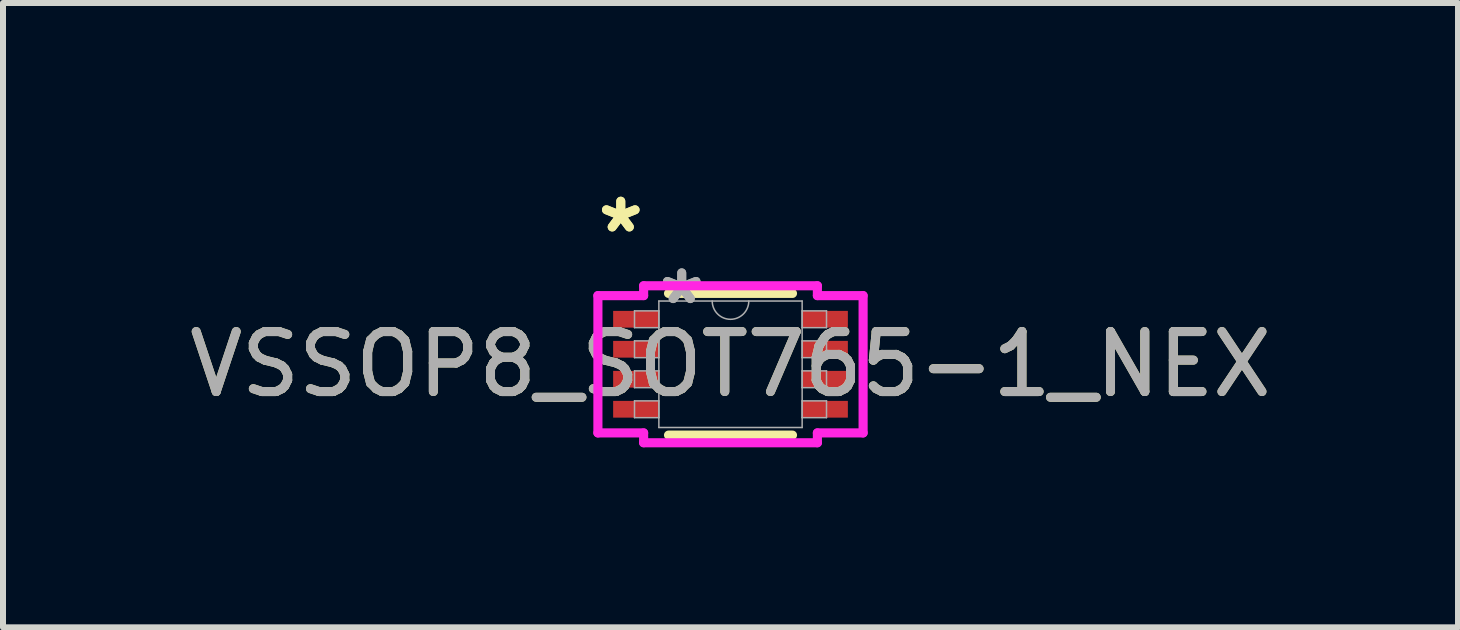
<source format=kicad_pcb>
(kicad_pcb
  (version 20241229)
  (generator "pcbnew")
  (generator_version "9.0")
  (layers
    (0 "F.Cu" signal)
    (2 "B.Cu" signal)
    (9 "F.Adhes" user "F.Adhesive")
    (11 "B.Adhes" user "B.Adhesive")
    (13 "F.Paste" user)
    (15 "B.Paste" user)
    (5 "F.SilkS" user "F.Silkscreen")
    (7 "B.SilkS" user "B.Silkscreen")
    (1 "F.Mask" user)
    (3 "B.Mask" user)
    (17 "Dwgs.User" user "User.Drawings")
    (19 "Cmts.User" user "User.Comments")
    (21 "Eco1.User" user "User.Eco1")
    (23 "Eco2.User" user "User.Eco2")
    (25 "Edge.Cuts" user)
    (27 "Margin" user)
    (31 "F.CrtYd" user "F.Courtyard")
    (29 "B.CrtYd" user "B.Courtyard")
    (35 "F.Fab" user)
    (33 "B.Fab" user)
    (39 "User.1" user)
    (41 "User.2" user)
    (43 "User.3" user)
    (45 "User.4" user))
  (footprint "VSSOP8_SOT765-1_NEX"
    (layer "F.Cu")
    (at 9.125 3.021)
    (property "Reference" "VSSOP8_SOT765-1_NEX" (at 0 0 0) (unlocked yes) (layer "F.SilkS") (effects (font (size 1 1) (thickness 0.15))))
    (attr smd)
    (fp_line (start -1.033 1.181) (end 1.033 1.181) (stroke (width 0.152) (type solid)) (layer "F.SilkS"))
    (fp_line (start 1.033 -1.181) (end -1.033 -1.181) (stroke (width 0.152) (type solid)) (layer "F.SilkS"))
    (fp_line (start -2.21 -1.144) (end -1.448 -1.144) (stroke (width 0.152) (type solid)) (layer "F.CrtYd"))
    (fp_line (start -2.21 1.144) (end -2.21 -1.144) (stroke (width 0.152) (type solid)) (layer "F.CrtYd"))
    (fp_line (start -2.21 1.144) (end -1.448 1.144) (stroke (width 0.152) (type solid)) (layer "F.CrtYd"))
    (fp_line (start -1.448 -1.308) (end 1.448 -1.308) (stroke (width 0.152) (type solid)) (layer "F.CrtYd"))
    (fp_line (start -1.448 -1.144) (end -1.448 -1.308) (stroke (width 0.152) (type solid)) (layer "F.CrtYd"))
    (fp_line (start -1.448 1.308) (end -1.448 1.144) (stroke (width 0.152) (type solid)) (layer "F.CrtYd"))
    (fp_line (start 1.448 -1.308) (end 1.448 -1.144) (stroke (width 0.152) (type solid)) (layer "F.CrtYd"))
    (fp_line (start 1.448 1.144) (end 1.448 1.308) (stroke (width 0.152) (type solid)) (layer "F.CrtYd"))
    (fp_line (start 1.448 1.308) (end -1.448 1.308) (stroke (width 0.152) (type solid)) (layer "F.CrtYd"))
    (fp_line (start 2.21 -1.144) (end 1.448 -1.144) (stroke (width 0.152) (type solid)) (layer "F.CrtYd"))
    (fp_line (start 2.21 -1.144) (end 2.21 1.144) (stroke (width 0.152) (type solid)) (layer "F.CrtYd"))
    (fp_line (start 2.21 1.144) (end 1.448 1.144) (stroke (width 0.152) (type solid)) (layer "F.CrtYd"))
    (fp_line (start -1.6 -0.89) (end -1.6 -0.61) (stroke (width 0.025) (type solid)) (layer "F.Fab"))
    (fp_line (start -1.6 -0.61) (end -1.194 -0.61) (stroke (width 0.025) (type solid)) (layer "F.Fab"))
    (fp_line (start -1.6 -0.39) (end -1.6 -0.11) (stroke (width 0.025) (type solid)) (layer "F.Fab"))
    (fp_line (start -1.6 -0.11) (end -1.194 -0.11) (stroke (width 0.025) (type solid)) (layer "F.Fab"))
    (fp_line (start -1.6 0.11) (end -1.6 0.39) (stroke (width 0.025) (type solid)) (layer "F.Fab"))
    (fp_line (start -1.6 0.39) (end -1.194 0.39) (stroke (width 0.025) (type solid)) (layer "F.Fab"))
    (fp_line (start -1.6 0.61) (end -1.6 0.89) (stroke (width 0.025) (type solid)) (layer "F.Fab"))
    (fp_line (start -1.6 0.89) (end -1.194 0.89) (stroke (width 0.025) (type solid)) (layer "F.Fab"))
    (fp_line (start -1.194 -1.054) (end -1.194 1.054) (stroke (width 0.025) (type solid)) (layer "F.Fab"))
    (fp_line (start -1.194 -0.89) (end -1.6 -0.89) (stroke (width 0.025) (type solid)) (layer "F.Fab"))
    (fp_line (start -1.194 -0.61) (end -1.194 -0.89) (stroke (width 0.025) (type solid)) (layer "F.Fab"))
    (fp_line (start -1.194 -0.39) (end -1.6 -0.39) (stroke (width 0.025) (type solid)) (layer "F.Fab"))
    (fp_line (start -1.194 -0.11) (end -1.194 -0.39) (stroke (width 0.025) (type solid)) (layer "F.Fab"))
    (fp_line (start -1.194 0.11) (end -1.6 0.11) (stroke (width 0.025) (type solid)) (layer "F.Fab"))
    (fp_line (start -1.194 0.39) (end -1.194 0.11) (stroke (width 0.025) (type solid)) (layer "F.Fab"))
    (fp_line (start -1.194 0.61) (end -1.6 0.61) (stroke (width 0.025) (type solid)) (layer "F.Fab"))
    (fp_line (start -1.194 0.89) (end -1.194 0.61) (stroke (width 0.025) (type solid)) (layer "F.Fab"))
    (fp_line (start -1.194 1.054) (end 1.194 1.054) (stroke (width 0.025) (type solid)) (layer "F.Fab"))
    (fp_line (start 1.194 -1.054) (end -1.194 -1.054) (stroke (width 0.025) (type solid)) (layer "F.Fab"))
    (fp_line (start 1.194 -0.89) (end 1.194 -0.61) (stroke (width 0.025) (type solid)) (layer "F.Fab"))
    (fp_line (start 1.194 -0.61) (end 1.6 -0.61) (stroke (width 0.025) (type solid)) (layer "F.Fab"))
    (fp_line (start 1.194 -0.39) (end 1.194 -0.11) (stroke (width 0.025) (type solid)) (layer "F.Fab"))
    (fp_line (start 1.194 -0.11) (end 1.6 -0.11) (stroke (width 0.025) (type solid)) (layer "F.Fab"))
    (fp_line (start 1.194 0.11) (end 1.194 0.39) (stroke (width 0.025) (type solid)) (layer "F.Fab"))
    (fp_line (start 1.194 0.39) (end 1.6 0.39) (stroke (width 0.025) (type solid)) (layer "F.Fab"))
    (fp_line (start 1.194 0.61) (end 1.194 0.89) (stroke (width 0.025) (type solid)) (layer "F.Fab"))
    (fp_line (start 1.194 0.89) (end 1.6 0.89) (stroke (width 0.025) (type solid)) (layer "F.Fab"))
    (fp_line (start 1.194 1.054) (end 1.194 -1.054) (stroke (width 0.025) (type solid)) (layer "F.Fab"))
    (fp_line (start 1.6 -0.89) (end 1.194 -0.89) (stroke (width 0.025) (type solid)) (layer "F.Fab"))
    (fp_line (start 1.6 -0.61) (end 1.6 -0.89) (stroke (width 0.025) (type solid)) (layer "F.Fab"))
    (fp_line (start 1.6 -0.39) (end 1.194 -0.39) (stroke (width 0.025) (type solid)) (layer "F.Fab"))
    (fp_line (start 1.6 -0.11) (end 1.6 -0.39) (stroke (width 0.025) (type solid)) (layer "F.Fab"))
    (fp_line (start 1.6 0.11) (end 1.194 0.11) (stroke (width 0.025) (type solid)) (layer "F.Fab"))
    (fp_line (start 1.6 0.39) (end 1.6 0.11) (stroke (width 0.025) (type solid)) (layer "F.Fab"))
    (fp_line (start 1.6 0.61) (end 1.194 0.61) (stroke (width 0.025) (type solid)) (layer "F.Fab"))
    (fp_line (start 1.6 0.89) (end 1.6 0.61) (stroke (width 0.025) (type solid)) (layer "F.Fab"))
    (fp_arc (start 0.3048 -1.0541) (mid 0 -0.7493) (end -0.3048 -1.0541) (stroke (width 0.0254) (type solid)) (layer "F.Fab"))
    (fp_text user "*" (at -1.829 -2.172 0) (layer "F.SilkS") (effects (font (size 1 1) (thickness 0.15))))
    (fp_text user "*" (at -1.829 -2.172 0) (unlocked yes) (layer "F.SilkS") (effects (font (size 1 1) (thickness 0.15))))
    (fp_text user "*" (at -0.813 -0.978 0) (unlocked yes) (layer "F.Fab") (effects (font (size 1 1) (thickness 0.15))))
    (fp_text user "*" (at -0.813 -0.978 0) (layer "F.Fab") (effects (font (size 1 1) (thickness 0.15))))
    (fp_text user "${REFERENCE}" (at 0 0 0) (unlocked yes) (layer "F.Fab") (effects (font (size 1 1) (thickness 0.15))))
    (pad "1" smd rect (at -1.575 -0.75) (size 0.762 0.279) (layers "F.Cu" "F.Mask" "F.Paste"))
    (pad "2" smd rect (at -1.575 -0.25) (size 0.762 0.279) (layers "F.Cu" "F.Mask" "F.Paste"))
    (pad "3" smd rect (at -1.575 0.25) (size 0.762 0.279) (layers "F.Cu" "F.Mask" "F.Paste"))
    (pad "4" smd rect (at -1.575 0.75) (size 0.762 0.279) (layers "F.Cu" "F.Mask" "F.Paste"))
    (pad "5" smd rect (at 1.575 0.75) (size 0.762 0.279) (layers "F.Cu" "F.Mask" "F.Paste"))
    (pad "6" smd rect (at 1.575 0.25) (size 0.762 0.279) (layers "F.Cu" "F.Mask" "F.Paste"))
    (pad "7" smd rect (at 1.575 -0.25) (size 0.762 0.279) (layers "F.Cu" "F.Mask" "F.Paste"))
    (pad "8" smd rect (at 1.575 -0.75) (size 0.762 0.279) (layers "F.Cu" "F.Mask" "F.Paste")))
  (gr_rect
    (start -3 -3)
    (end 21.25 7.405)
    (stroke (width 0.1) (type default))
    (fill no)
    (layer "Edge.Cuts")))
</source>
